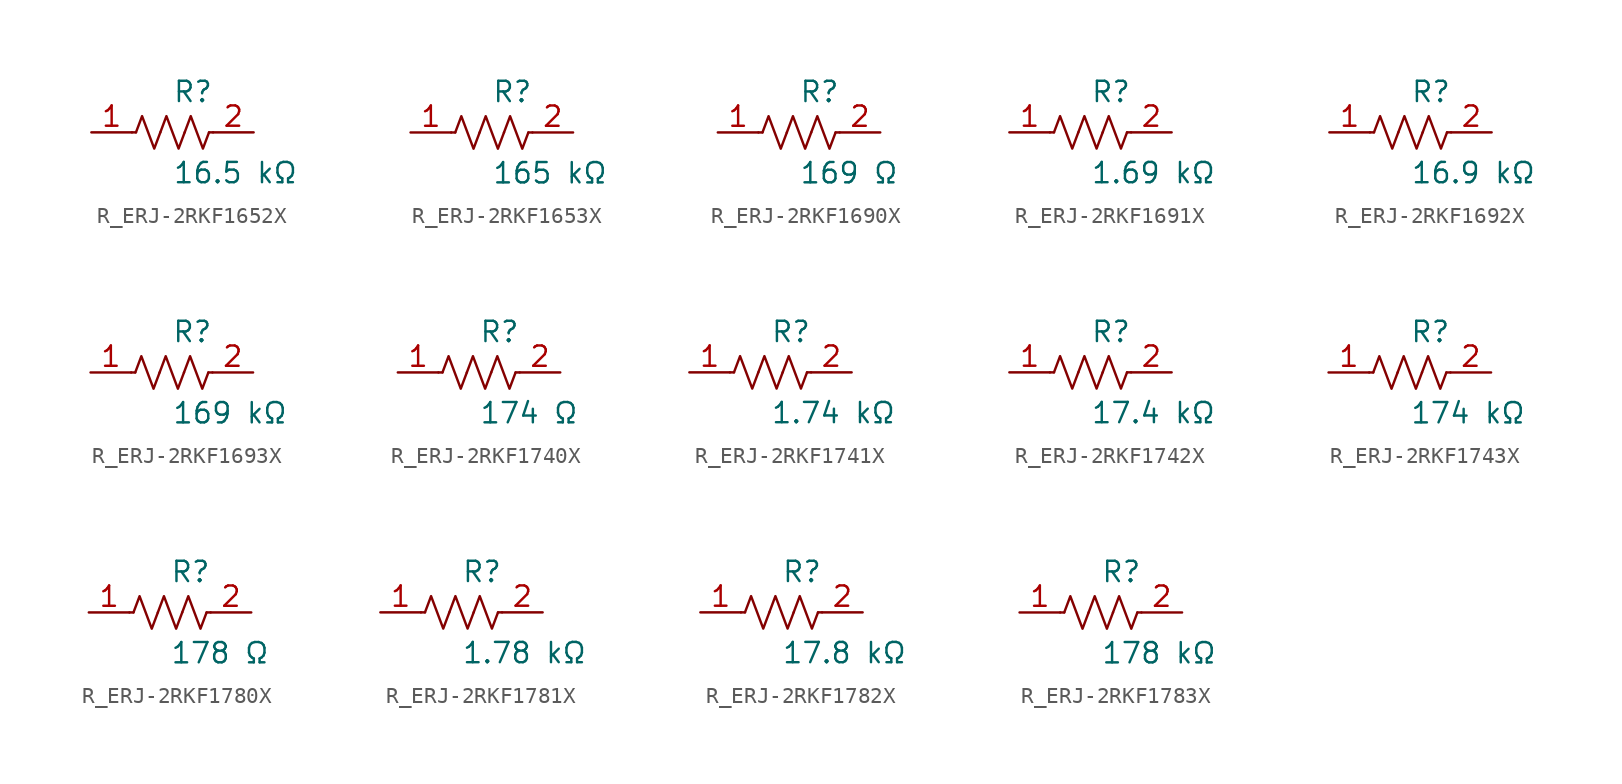
<source format=kicad_sym>
(kicad_symbol_lib
  (version 20231120)
  (generator kicad_symbol_editor)
  (generator_version 8.0)
  (symbol "R_ERJ-2RKF1652X"
    (pin_names
      (offset 0.254))
    (property "Reference" "R"
      (at 0 2.54 0)
      (effects (font (size 1.27 1.27)) (justify left)))
    (property "Value" "16.5 kΩ"
      (at 0 -2.54 0)
      (effects (font (size 1.27 1.27)) (justify left)))
    (symbol "R_ERJ-2RKF1652X_0_1"
      (polyline (pts (xy 2.286 0) (xy 2.54 0)) (stroke (width 0) (type default)) (fill (type none)))
      (polyline (pts (xy -2.286 0) (xy -2.54 0)) (stroke (width 0) (type default)) (fill (type none)))
      (polyline (pts (xy 0.762 0) (xy 1.143 1.016) (xy 1.524 0) (xy 1.905 -1.016) (xy 2.286 0)) (stroke (width 0) (type default)) (fill (type none)))
      (polyline (pts (xy -0.762 0) (xy -0.381 1.016) (xy 0 0) (xy 0.381 -1.016) (xy 0.762 0)) (stroke (width 0) (type default)) (fill (type none)))
      (polyline (pts (xy -2.286 0) (xy -1.905 1.016) (xy -1.524 0) (xy -1.143 -1.016) (xy -0.762 0)) (stroke (width 0) (type default)) (fill (type none))))
    (pin unspecified line
      (at -5.08 0 0)
      (length 2.54)
      (name "" (effects (font (size 1.27 1.27))))
      (number "1" (effects (font (size 1.27 1.27)))))
    (pin unspecified line
      (at 5.08 0 180)
      (length 2.54)
      (name "" (effects (font (size 1.27 1.27))))
      (number "2" (effects (font (size 1.27 1.27))))))
  (symbol "R_ERJ-2RKF1653X"
    (pin_names
      (offset 0.254))
    (property "Reference" "R"
      (at 0 2.54 0)
      (effects (font (size 1.27 1.27)) (justify left)))
    (property "Value" "165 kΩ"
      (at 0 -2.54 0)
      (effects (font (size 1.27 1.27)) (justify left)))
    (symbol "R_ERJ-2RKF1653X_0_1"
      (polyline (pts (xy 2.286 0) (xy 2.54 0)) (stroke (width 0) (type default)) (fill (type none)))
      (polyline (pts (xy -2.286 0) (xy -2.54 0)) (stroke (width 0) (type default)) (fill (type none)))
      (polyline (pts (xy 0.762 0) (xy 1.143 1.016) (xy 1.524 0) (xy 1.905 -1.016) (xy 2.286 0)) (stroke (width 0) (type default)) (fill (type none)))
      (polyline (pts (xy -0.762 0) (xy -0.381 1.016) (xy 0 0) (xy 0.381 -1.016) (xy 0.762 0)) (stroke (width 0) (type default)) (fill (type none)))
      (polyline (pts (xy -2.286 0) (xy -1.905 1.016) (xy -1.524 0) (xy -1.143 -1.016) (xy -0.762 0)) (stroke (width 0) (type default)) (fill (type none))))
    (pin unspecified line
      (at -5.08 0 0)
      (length 2.54)
      (name "" (effects (font (size 1.27 1.27))))
      (number "1" (effects (font (size 1.27 1.27)))))
    (pin unspecified line
      (at 5.08 0 180)
      (length 2.54)
      (name "" (effects (font (size 1.27 1.27))))
      (number "2" (effects (font (size 1.27 1.27))))))
  (symbol "R_ERJ-2RKF1690X"
    (pin_names
      (offset 0.254))
    (property "Reference" "R"
      (at 0 2.54 0)
      (effects (font (size 1.27 1.27)) (justify left)))
    (property "Value" "169 Ω"
      (at 0 -2.54 0)
      (effects (font (size 1.27 1.27)) (justify left)))
    (symbol "R_ERJ-2RKF1690X_0_1"
      (polyline (pts (xy 2.286 0) (xy 2.54 0)) (stroke (width 0) (type default)) (fill (type none)))
      (polyline (pts (xy -2.286 0) (xy -2.54 0)) (stroke (width 0) (type default)) (fill (type none)))
      (polyline (pts (xy 0.762 0) (xy 1.143 1.016) (xy 1.524 0) (xy 1.905 -1.016) (xy 2.286 0)) (stroke (width 0) (type default)) (fill (type none)))
      (polyline (pts (xy -0.762 0) (xy -0.381 1.016) (xy 0 0) (xy 0.381 -1.016) (xy 0.762 0)) (stroke (width 0) (type default)) (fill (type none)))
      (polyline (pts (xy -2.286 0) (xy -1.905 1.016) (xy -1.524 0) (xy -1.143 -1.016) (xy -0.762 0)) (stroke (width 0) (type default)) (fill (type none))))
    (pin unspecified line
      (at -5.08 0 0)
      (length 2.54)
      (name "" (effects (font (size 1.27 1.27))))
      (number "1" (effects (font (size 1.27 1.27)))))
    (pin unspecified line
      (at 5.08 0 180)
      (length 2.54)
      (name "" (effects (font (size 1.27 1.27))))
      (number "2" (effects (font (size 1.27 1.27))))))
  (symbol "R_ERJ-2RKF1691X"
    (pin_names
      (offset 0.254))
    (property "Reference" "R"
      (at 0 2.54 0)
      (effects (font (size 1.27 1.27)) (justify left)))
    (property "Value" "1.69 kΩ"
      (at 0 -2.54 0)
      (effects (font (size 1.27 1.27)) (justify left)))
    (symbol "R_ERJ-2RKF1691X_0_1"
      (polyline (pts (xy 2.286 0) (xy 2.54 0)) (stroke (width 0) (type default)) (fill (type none)))
      (polyline (pts (xy -2.286 0) (xy -2.54 0)) (stroke (width 0) (type default)) (fill (type none)))
      (polyline (pts (xy 0.762 0) (xy 1.143 1.016) (xy 1.524 0) (xy 1.905 -1.016) (xy 2.286 0)) (stroke (width 0) (type default)) (fill (type none)))
      (polyline (pts (xy -0.762 0) (xy -0.381 1.016) (xy 0 0) (xy 0.381 -1.016) (xy 0.762 0)) (stroke (width 0) (type default)) (fill (type none)))
      (polyline (pts (xy -2.286 0) (xy -1.905 1.016) (xy -1.524 0) (xy -1.143 -1.016) (xy -0.762 0)) (stroke (width 0) (type default)) (fill (type none))))
    (pin unspecified line
      (at -5.08 0 0)
      (length 2.54)
      (name "" (effects (font (size 1.27 1.27))))
      (number "1" (effects (font (size 1.27 1.27)))))
    (pin unspecified line
      (at 5.08 0 180)
      (length 2.54)
      (name "" (effects (font (size 1.27 1.27))))
      (number "2" (effects (font (size 1.27 1.27))))))
  (symbol "R_ERJ-2RKF1692X"
    (pin_names
      (offset 0.254))
    (property "Reference" "R"
      (at 0 2.54 0)
      (effects (font (size 1.27 1.27)) (justify left)))
    (property "Value" "16.9 kΩ"
      (at 0 -2.54 0)
      (effects (font (size 1.27 1.27)) (justify left)))
    (symbol "R_ERJ-2RKF1692X_0_1"
      (polyline (pts (xy 2.286 0) (xy 2.54 0)) (stroke (width 0) (type default)) (fill (type none)))
      (polyline (pts (xy -2.286 0) (xy -2.54 0)) (stroke (width 0) (type default)) (fill (type none)))
      (polyline (pts (xy 0.762 0) (xy 1.143 1.016) (xy 1.524 0) (xy 1.905 -1.016) (xy 2.286 0)) (stroke (width 0) (type default)) (fill (type none)))
      (polyline (pts (xy -0.762 0) (xy -0.381 1.016) (xy 0 0) (xy 0.381 -1.016) (xy 0.762 0)) (stroke (width 0) (type default)) (fill (type none)))
      (polyline (pts (xy -2.286 0) (xy -1.905 1.016) (xy -1.524 0) (xy -1.143 -1.016) (xy -0.762 0)) (stroke (width 0) (type default)) (fill (type none))))
    (pin unspecified line
      (at -5.08 0 0)
      (length 2.54)
      (name "" (effects (font (size 1.27 1.27))))
      (number "1" (effects (font (size 1.27 1.27)))))
    (pin unspecified line
      (at 5.08 0 180)
      (length 2.54)
      (name "" (effects (font (size 1.27 1.27))))
      (number "2" (effects (font (size 1.27 1.27))))))
  (symbol "R_ERJ-2RKF1693X"
    (pin_names
      (offset 0.254))
    (property "Reference" "R"
      (at 0 2.54 0)
      (effects (font (size 1.27 1.27)) (justify left)))
    (property "Value" "169 kΩ"
      (at 0 -2.54 0)
      (effects (font (size 1.27 1.27)) (justify left)))
    (symbol "R_ERJ-2RKF1693X_0_1"
      (polyline (pts (xy 2.286 0) (xy 2.54 0)) (stroke (width 0) (type default)) (fill (type none)))
      (polyline (pts (xy -2.286 0) (xy -2.54 0)) (stroke (width 0) (type default)) (fill (type none)))
      (polyline (pts (xy 0.762 0) (xy 1.143 1.016) (xy 1.524 0) (xy 1.905 -1.016) (xy 2.286 0)) (stroke (width 0) (type default)) (fill (type none)))
      (polyline (pts (xy -0.762 0) (xy -0.381 1.016) (xy 0 0) (xy 0.381 -1.016) (xy 0.762 0)) (stroke (width 0) (type default)) (fill (type none)))
      (polyline (pts (xy -2.286 0) (xy -1.905 1.016) (xy -1.524 0) (xy -1.143 -1.016) (xy -0.762 0)) (stroke (width 0) (type default)) (fill (type none))))
    (pin unspecified line
      (at -5.08 0 0)
      (length 2.54)
      (name "" (effects (font (size 1.27 1.27))))
      (number "1" (effects (font (size 1.27 1.27)))))
    (pin unspecified line
      (at 5.08 0 180)
      (length 2.54)
      (name "" (effects (font (size 1.27 1.27))))
      (number "2" (effects (font (size 1.27 1.27))))))
  (symbol "R_ERJ-2RKF1740X"
    (pin_names
      (offset 0.254))
    (property "Reference" "R"
      (at 0 2.54 0)
      (effects (font (size 1.27 1.27)) (justify left)))
    (property "Value" "174 Ω"
      (at 0 -2.54 0)
      (effects (font (size 1.27 1.27)) (justify left)))
    (symbol "R_ERJ-2RKF1740X_0_1"
      (polyline (pts (xy 2.286 0) (xy 2.54 0)) (stroke (width 0) (type default)) (fill (type none)))
      (polyline (pts (xy -2.286 0) (xy -2.54 0)) (stroke (width 0) (type default)) (fill (type none)))
      (polyline (pts (xy 0.762 0) (xy 1.143 1.016) (xy 1.524 0) (xy 1.905 -1.016) (xy 2.286 0)) (stroke (width 0) (type default)) (fill (type none)))
      (polyline (pts (xy -0.762 0) (xy -0.381 1.016) (xy 0 0) (xy 0.381 -1.016) (xy 0.762 0)) (stroke (width 0) (type default)) (fill (type none)))
      (polyline (pts (xy -2.286 0) (xy -1.905 1.016) (xy -1.524 0) (xy -1.143 -1.016) (xy -0.762 0)) (stroke (width 0) (type default)) (fill (type none))))
    (pin unspecified line
      (at -5.08 0 0)
      (length 2.54)
      (name "" (effects (font (size 1.27 1.27))))
      (number "1" (effects (font (size 1.27 1.27)))))
    (pin unspecified line
      (at 5.08 0 180)
      (length 2.54)
      (name "" (effects (font (size 1.27 1.27))))
      (number "2" (effects (font (size 1.27 1.27))))))
  (symbol "R_ERJ-2RKF1741X"
    (pin_names
      (offset 0.254))
    (property "Reference" "R"
      (at 0 2.54 0)
      (effects (font (size 1.27 1.27)) (justify left)))
    (property "Value" "1.74 kΩ"
      (at 0 -2.54 0)
      (effects (font (size 1.27 1.27)) (justify left)))
    (symbol "R_ERJ-2RKF1741X_0_1"
      (polyline (pts (xy 2.286 0) (xy 2.54 0)) (stroke (width 0) (type default)) (fill (type none)))
      (polyline (pts (xy -2.286 0) (xy -2.54 0)) (stroke (width 0) (type default)) (fill (type none)))
      (polyline (pts (xy 0.762 0) (xy 1.143 1.016) (xy 1.524 0) (xy 1.905 -1.016) (xy 2.286 0)) (stroke (width 0) (type default)) (fill (type none)))
      (polyline (pts (xy -0.762 0) (xy -0.381 1.016) (xy 0 0) (xy 0.381 -1.016) (xy 0.762 0)) (stroke (width 0) (type default)) (fill (type none)))
      (polyline (pts (xy -2.286 0) (xy -1.905 1.016) (xy -1.524 0) (xy -1.143 -1.016) (xy -0.762 0)) (stroke (width 0) (type default)) (fill (type none))))
    (pin unspecified line
      (at -5.08 0 0)
      (length 2.54)
      (name "" (effects (font (size 1.27 1.27))))
      (number "1" (effects (font (size 1.27 1.27)))))
    (pin unspecified line
      (at 5.08 0 180)
      (length 2.54)
      (name "" (effects (font (size 1.27 1.27))))
      (number "2" (effects (font (size 1.27 1.27))))))
  (symbol "R_ERJ-2RKF1742X"
    (pin_names
      (offset 0.254))
    (property "Reference" "R"
      (at 0 2.54 0)
      (effects (font (size 1.27 1.27)) (justify left)))
    (property "Value" "17.4 kΩ"
      (at 0 -2.54 0)
      (effects (font (size 1.27 1.27)) (justify left)))
    (symbol "R_ERJ-2RKF1742X_0_1"
      (polyline (pts (xy 2.286 0) (xy 2.54 0)) (stroke (width 0) (type default)) (fill (type none)))
      (polyline (pts (xy -2.286 0) (xy -2.54 0)) (stroke (width 0) (type default)) (fill (type none)))
      (polyline (pts (xy 0.762 0) (xy 1.143 1.016) (xy 1.524 0) (xy 1.905 -1.016) (xy 2.286 0)) (stroke (width 0) (type default)) (fill (type none)))
      (polyline (pts (xy -0.762 0) (xy -0.381 1.016) (xy 0 0) (xy 0.381 -1.016) (xy 0.762 0)) (stroke (width 0) (type default)) (fill (type none)))
      (polyline (pts (xy -2.286 0) (xy -1.905 1.016) (xy -1.524 0) (xy -1.143 -1.016) (xy -0.762 0)) (stroke (width 0) (type default)) (fill (type none))))
    (pin unspecified line
      (at -5.08 0 0)
      (length 2.54)
      (name "" (effects (font (size 1.27 1.27))))
      (number "1" (effects (font (size 1.27 1.27)))))
    (pin unspecified line
      (at 5.08 0 180)
      (length 2.54)
      (name "" (effects (font (size 1.27 1.27))))
      (number "2" (effects (font (size 1.27 1.27))))))
  (symbol "R_ERJ-2RKF1743X"
    (pin_names
      (offset 0.254))
    (property "Reference" "R"
      (at 0 2.54 0)
      (effects (font (size 1.27 1.27)) (justify left)))
    (property "Value" "174 kΩ"
      (at 0 -2.54 0)
      (effects (font (size 1.27 1.27)) (justify left)))
    (symbol "R_ERJ-2RKF1743X_0_1"
      (polyline (pts (xy 2.286 0) (xy 2.54 0)) (stroke (width 0) (type default)) (fill (type none)))
      (polyline (pts (xy -2.286 0) (xy -2.54 0)) (stroke (width 0) (type default)) (fill (type none)))
      (polyline (pts (xy 0.762 0) (xy 1.143 1.016) (xy 1.524 0) (xy 1.905 -1.016) (xy 2.286 0)) (stroke (width 0) (type default)) (fill (type none)))
      (polyline (pts (xy -0.762 0) (xy -0.381 1.016) (xy 0 0) (xy 0.381 -1.016) (xy 0.762 0)) (stroke (width 0) (type default)) (fill (type none)))
      (polyline (pts (xy -2.286 0) (xy -1.905 1.016) (xy -1.524 0) (xy -1.143 -1.016) (xy -0.762 0)) (stroke (width 0) (type default)) (fill (type none))))
    (pin unspecified line
      (at -5.08 0 0)
      (length 2.54)
      (name "" (effects (font (size 1.27 1.27))))
      (number "1" (effects (font (size 1.27 1.27)))))
    (pin unspecified line
      (at 5.08 0 180)
      (length 2.54)
      (name "" (effects (font (size 1.27 1.27))))
      (number "2" (effects (font (size 1.27 1.27))))))
  (symbol "R_ERJ-2RKF1780X"
    (pin_names
      (offset 0.254))
    (property "Reference" "R"
      (at 0 2.54 0)
      (effects (font (size 1.27 1.27)) (justify left)))
    (property "Value" "178 Ω"
      (at 0 -2.54 0)
      (effects (font (size 1.27 1.27)) (justify left)))
    (symbol "R_ERJ-2RKF1780X_0_1"
      (polyline (pts (xy 2.286 0) (xy 2.54 0)) (stroke (width 0) (type default)) (fill (type none)))
      (polyline (pts (xy -2.286 0) (xy -2.54 0)) (stroke (width 0) (type default)) (fill (type none)))
      (polyline (pts (xy 0.762 0) (xy 1.143 1.016) (xy 1.524 0) (xy 1.905 -1.016) (xy 2.286 0)) (stroke (width 0) (type default)) (fill (type none)))
      (polyline (pts (xy -0.762 0) (xy -0.381 1.016) (xy 0 0) (xy 0.381 -1.016) (xy 0.762 0)) (stroke (width 0) (type default)) (fill (type none)))
      (polyline (pts (xy -2.286 0) (xy -1.905 1.016) (xy -1.524 0) (xy -1.143 -1.016) (xy -0.762 0)) (stroke (width 0) (type default)) (fill (type none))))
    (pin unspecified line
      (at -5.08 0 0)
      (length 2.54)
      (name "" (effects (font (size 1.27 1.27))))
      (number "1" (effects (font (size 1.27 1.27)))))
    (pin unspecified line
      (at 5.08 0 180)
      (length 2.54)
      (name "" (effects (font (size 1.27 1.27))))
      (number "2" (effects (font (size 1.27 1.27))))))
  (symbol "R_ERJ-2RKF1781X"
    (pin_names
      (offset 0.254))
    (property "Reference" "R"
      (at 0 2.54 0)
      (effects (font (size 1.27 1.27)) (justify left)))
    (property "Value" "1.78 kΩ"
      (at 0 -2.54 0)
      (effects (font (size 1.27 1.27)) (justify left)))
    (symbol "R_ERJ-2RKF1781X_0_1"
      (polyline (pts (xy 2.286 0) (xy 2.54 0)) (stroke (width 0) (type default)) (fill (type none)))
      (polyline (pts (xy -2.286 0) (xy -2.54 0)) (stroke (width 0) (type default)) (fill (type none)))
      (polyline (pts (xy 0.762 0) (xy 1.143 1.016) (xy 1.524 0) (xy 1.905 -1.016) (xy 2.286 0)) (stroke (width 0) (type default)) (fill (type none)))
      (polyline (pts (xy -0.762 0) (xy -0.381 1.016) (xy 0 0) (xy 0.381 -1.016) (xy 0.762 0)) (stroke (width 0) (type default)) (fill (type none)))
      (polyline (pts (xy -2.286 0) (xy -1.905 1.016) (xy -1.524 0) (xy -1.143 -1.016) (xy -0.762 0)) (stroke (width 0) (type default)) (fill (type none))))
    (pin unspecified line
      (at -5.08 0 0)
      (length 2.54)
      (name "" (effects (font (size 1.27 1.27))))
      (number "1" (effects (font (size 1.27 1.27)))))
    (pin unspecified line
      (at 5.08 0 180)
      (length 2.54)
      (name "" (effects (font (size 1.27 1.27))))
      (number "2" (effects (font (size 1.27 1.27))))))
  (symbol "R_ERJ-2RKF1782X"
    (pin_names
      (offset 0.254))
    (property "Reference" "R"
      (at 0 2.54 0)
      (effects (font (size 1.27 1.27)) (justify left)))
    (property "Value" "17.8 kΩ"
      (at 0 -2.54 0)
      (effects (font (size 1.27 1.27)) (justify left)))
    (symbol "R_ERJ-2RKF1782X_0_1"
      (polyline (pts (xy 2.286 0) (xy 2.54 0)) (stroke (width 0) (type default)) (fill (type none)))
      (polyline (pts (xy -2.286 0) (xy -2.54 0)) (stroke (width 0) (type default)) (fill (type none)))
      (polyline (pts (xy 0.762 0) (xy 1.143 1.016) (xy 1.524 0) (xy 1.905 -1.016) (xy 2.286 0)) (stroke (width 0) (type default)) (fill (type none)))
      (polyline (pts (xy -0.762 0) (xy -0.381 1.016) (xy 0 0) (xy 0.381 -1.016) (xy 0.762 0)) (stroke (width 0) (type default)) (fill (type none)))
      (polyline (pts (xy -2.286 0) (xy -1.905 1.016) (xy -1.524 0) (xy -1.143 -1.016) (xy -0.762 0)) (stroke (width 0) (type default)) (fill (type none))))
    (pin unspecified line
      (at -5.08 0 0)
      (length 2.54)
      (name "" (effects (font (size 1.27 1.27))))
      (number "1" (effects (font (size 1.27 1.27)))))
    (pin unspecified line
      (at 5.08 0 180)
      (length 2.54)
      (name "" (effects (font (size 1.27 1.27))))
      (number "2" (effects (font (size 1.27 1.27))))))
  (symbol "R_ERJ-2RKF1783X"
    (pin_names
      (offset 0.254))
    (property "Reference" "R"
      (at 0 2.54 0)
      (effects (font (size 1.27 1.27)) (justify left)))
    (property "Value" "178 kΩ"
      (at 0 -2.54 0)
      (effects (font (size 1.27 1.27)) (justify left)))
    (symbol "R_ERJ-2RKF1783X_0_1"
      (polyline (pts (xy 2.286 0) (xy 2.54 0)) (stroke (width 0) (type default)) (fill (type none)))
      (polyline (pts (xy -2.286 0) (xy -2.54 0)) (stroke (width 0) (type default)) (fill (type none)))
      (polyline (pts (xy 0.762 0) (xy 1.143 1.016) (xy 1.524 0) (xy 1.905 -1.016) (xy 2.286 0)) (stroke (width 0) (type default)) (fill (type none)))
      (polyline (pts (xy -0.762 0) (xy -0.381 1.016) (xy 0 0) (xy 0.381 -1.016) (xy 0.762 0)) (stroke (width 0) (type default)) (fill (type none)))
      (polyline (pts (xy -2.286 0) (xy -1.905 1.016) (xy -1.524 0) (xy -1.143 -1.016) (xy -0.762 0)) (stroke (width 0) (type default)) (fill (type none))))
    (pin unspecified line
      (at -5.08 0 0)
      (length 2.54)
      (name "" (effects (font (size 1.27 1.27))))
      (number "1" (effects (font (size 1.27 1.27)))))
    (pin unspecified line
      (at 5.08 0 180)
      (length 2.54)
      (name "" (effects (font (size 1.27 1.27))))
      (number "2" (effects (font (size 1.27 1.27)))))))
</source>
